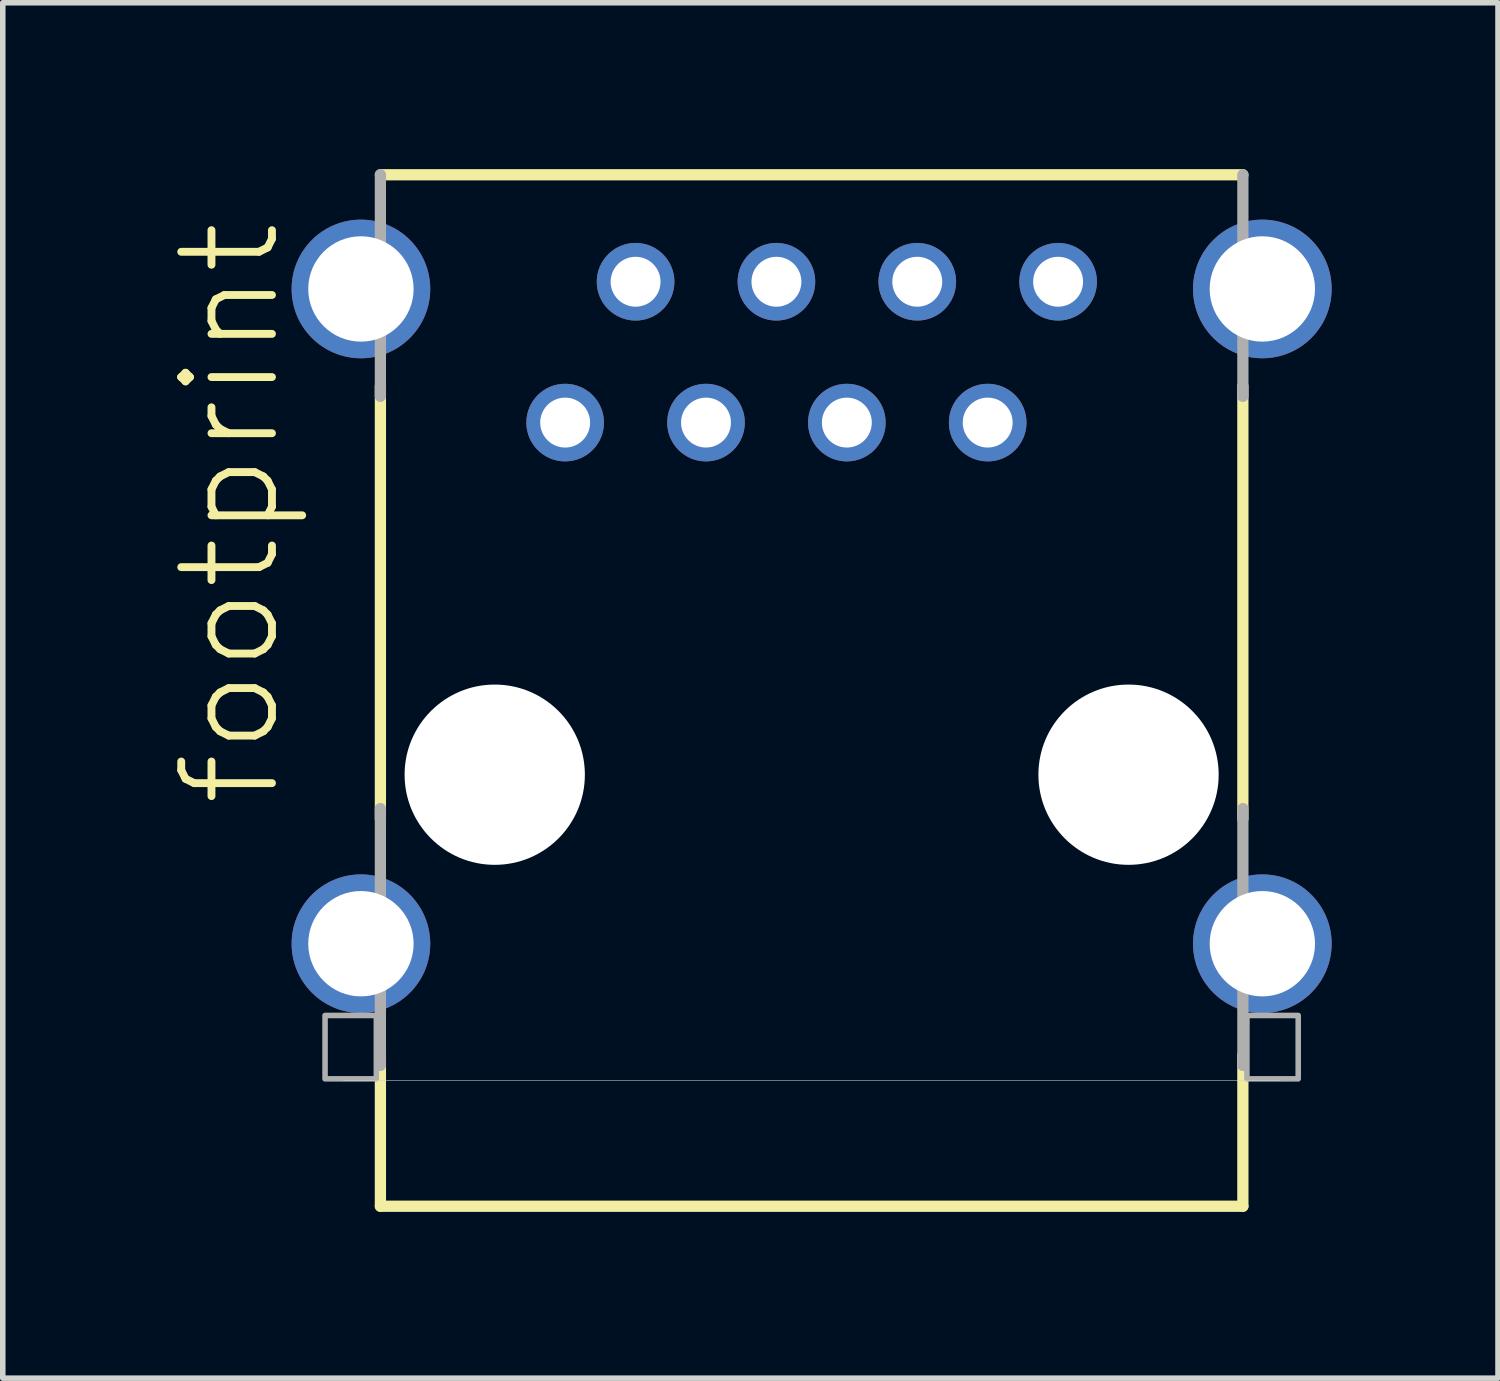
<source format=kicad_pcb>
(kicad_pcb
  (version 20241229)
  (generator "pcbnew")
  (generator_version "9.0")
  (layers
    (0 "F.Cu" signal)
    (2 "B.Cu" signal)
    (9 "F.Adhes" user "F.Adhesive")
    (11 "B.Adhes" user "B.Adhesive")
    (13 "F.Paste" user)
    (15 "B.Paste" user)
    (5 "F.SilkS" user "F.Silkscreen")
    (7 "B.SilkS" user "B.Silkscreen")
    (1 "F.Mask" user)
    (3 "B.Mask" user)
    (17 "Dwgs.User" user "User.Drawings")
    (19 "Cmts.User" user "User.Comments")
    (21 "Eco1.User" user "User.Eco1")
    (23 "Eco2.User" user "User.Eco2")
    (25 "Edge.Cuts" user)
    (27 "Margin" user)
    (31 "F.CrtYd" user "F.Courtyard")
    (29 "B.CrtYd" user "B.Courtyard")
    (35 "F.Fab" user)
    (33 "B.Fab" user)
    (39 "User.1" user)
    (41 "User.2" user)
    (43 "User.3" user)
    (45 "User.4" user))
  (footprint "footprint"
    (layer "F.Cu")
    (at 11.587 10.921)
    (property "Reference" "footprint" (at -9.525 0.635 90) (layer "F.SilkS") (effects (font (size 1.636 1.636) (thickness 0.142)) (justify left bottom)))
    (fp_line (start -7.777 -10.819) (end 7.777 -10.819) (stroke (width 0.203) (type solid)) (layer "F.SilkS"))
    (fp_line (start -7.777 0.797) (end -7.777 -7.009) (stroke (width 0.203) (type solid)) (layer "F.SilkS"))
    (fp_line (start -7.777 7.782) (end -7.777 5.056) (stroke (width 0.203) (type solid)) (layer "F.SilkS"))
    (fp_line (start 7.777 -7.009) (end 7.777 0.797) (stroke (width 0.203) (type solid)) (layer "F.SilkS"))
    (fp_line (start 7.777 5.056) (end 7.777 7.782) (stroke (width 0.203) (type solid)) (layer "F.SilkS"))
    (fp_line (start 7.777 7.782) (end -7.777 7.782) (stroke (width 0.203) (type solid)) (layer "F.SilkS"))
    (fp_line (start 8.445 5.512) (end -8.445 5.512) (stroke (width 0.01) (type solid)) (layer "Edge.Cuts"))
    (fp_line (start -7.777 -6.823) (end -7.777 -10.819) (stroke (width 0.203) (type solid)) (layer "F.Fab"))
    (fp_line (start -7.777 5.242) (end -7.777 0.611) (stroke (width 0.203) (type solid)) (layer "F.Fab"))
    (fp_line (start 7.777 -10.819) (end 7.777 -6.823) (stroke (width 0.203) (type solid)) (layer "F.Fab"))
    (fp_line (start 7.777 0.611) (end 7.777 5.242) (stroke (width 0.203) (type solid)) (layer "F.Fab"))
    (fp_poly (pts (xy -8.775 5.485) (xy -7.85 5.485) (xy -7.85 4.342) (xy -8.775 4.342)) (stroke (width 0.1) (type solid)) (fill no) (layer "F.Fab"))
    (fp_poly (pts (xy 7.85 5.485) (xy 8.775 5.485) (xy 8.775 4.342) (xy 7.85 4.342)) (stroke (width 0.1) (type solid)) (fill no) (layer "F.Fab"))
    (pad "" np_thru_hole circle (at -5.715 0) (size 3.251 3.251) (drill 3.251) (layers "*.Cu" "*.Mask"))
    (pad "" np_thru_hole circle (at 5.715 0) (size 3.251 3.251) (drill 3.251) (layers "*.Cu" "*.Mask"))
    (pad "1" thru_hole circle (at -4.445 -6.35) (size 1.4 1.4) (drill 0.9) (layers "*.Cu" "*.Mask"))
    (pad "2" thru_hole circle (at -3.175 -8.89) (size 1.4 1.4) (drill 0.9) (layers "*.Cu" "*.Mask"))
    (pad "3" thru_hole circle (at -1.905 -6.35) (size 1.4 1.4) (drill 0.9) (layers "*.Cu" "*.Mask"))
    (pad "4" thru_hole circle (at -0.635 -8.89) (size 1.4 1.4) (drill 0.9) (layers "*.Cu" "*.Mask"))
    (pad "5" thru_hole circle (at 0.635 -6.35) (size 1.4 1.4) (drill 0.9) (layers "*.Cu" "*.Mask"))
    (pad "6" thru_hole circle (at 1.905 -8.89) (size 1.4 1.4) (drill 0.9) (layers "*.Cu" "*.Mask"))
    (pad "7" thru_hole circle (at 3.175 -6.35) (size 1.4 1.4) (drill 0.9) (layers "*.Cu" "*.Mask"))
    (pad "8" thru_hole circle (at 4.445 -8.89) (size 1.4 1.4) (drill 0.9) (layers "*.Cu" "*.Mask"))
    (pad "S1" thru_hole circle (at -8.128 3.048) (size 2.5 2.5) (drill 1.9) (layers "*.Cu" "*.Mask"))
    (pad "S2" thru_hole circle (at 8.128 3.048) (size 2.5 2.5) (drill 1.9) (layers "*.Cu" "*.Mask"))
    (pad "S3" thru_hole circle (at -8.128 -8.76) (size 2.5 2.5) (drill 1.9) (layers "*.Cu" "*.Mask"))
    (pad "S4" thru_hole circle (at 8.128 -8.76) (size 2.5 2.5) (drill 1.9) (layers "*.Cu" "*.Mask")))
  (gr_rect
    (start -3 -3)
    (end 23.965 21.804)
    (stroke (width 0.1) (type default))
    (fill no)
    (layer "Edge.Cuts")))
</source>
